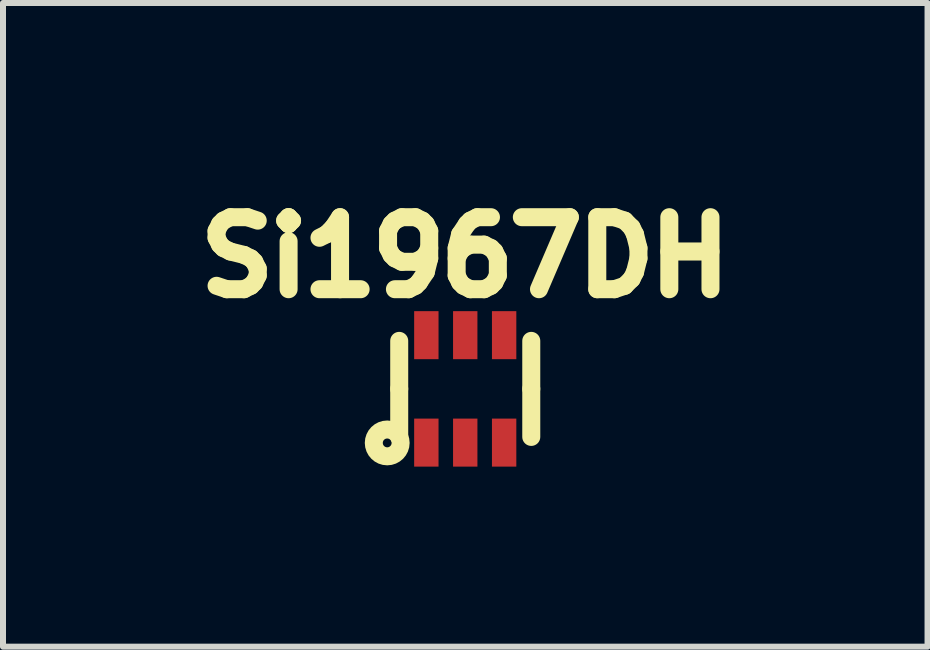
<source format=kicad_pcb>
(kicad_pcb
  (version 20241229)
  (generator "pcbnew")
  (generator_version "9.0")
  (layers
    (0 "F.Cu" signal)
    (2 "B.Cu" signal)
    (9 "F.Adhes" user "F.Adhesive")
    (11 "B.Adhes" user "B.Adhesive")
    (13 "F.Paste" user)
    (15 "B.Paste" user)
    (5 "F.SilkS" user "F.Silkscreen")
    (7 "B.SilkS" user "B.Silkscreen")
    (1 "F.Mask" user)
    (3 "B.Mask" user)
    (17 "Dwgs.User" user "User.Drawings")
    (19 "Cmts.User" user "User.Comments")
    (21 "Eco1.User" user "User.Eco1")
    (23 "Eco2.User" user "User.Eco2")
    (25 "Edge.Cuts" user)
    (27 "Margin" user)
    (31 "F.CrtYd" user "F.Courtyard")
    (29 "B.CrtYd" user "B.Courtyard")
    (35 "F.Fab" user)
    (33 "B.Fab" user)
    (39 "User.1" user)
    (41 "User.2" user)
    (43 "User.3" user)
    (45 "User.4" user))
  (footprint "Si1967DH"
    (layer "F.Cu")
    (at 4.701 3.429)
    (property "Reference" "Si1967DH" (at 0 -2.2 0) (layer "F.SilkS") (effects (font (size 1.2 1.2) (thickness 0.3))))
    (attr through_hole)
    (fp_line (start -1.1 0) (end -1.1 -0.8) (stroke (width 0.3) (type solid)) (layer "F.SilkS"))
    (fp_line (start -1.1 0) (end -1.1 0.8) (stroke (width 0.3) (type solid)) (layer "F.SilkS"))
    (fp_line (start 1.1 0) (end 1.1 -0.8) (stroke (width 0.3) (type solid)) (layer "F.SilkS"))
    (fp_line (start 1.1 0) (end 1.1 0.8) (stroke (width 0.3) (type solid)) (layer "F.SilkS"))
    (fp_circle (center -1.3 0.9) (end -1.1 1) (stroke (width 0.3) (type solid)) (fill no) (layer "F.SilkS"))
    (pad "1" smd rect (at -0.648 0.895) (size 0.406 0.8) (layers "F.Cu" "F.Mask" "F.Paste"))
    (pad "2" smd rect (at 0 0.895) (size 0.406 0.8) (layers "F.Cu" "F.Mask" "F.Paste"))
    (pad "3" smd rect (at 0.648 0.895) (size 0.406 0.8) (layers "F.Cu" "F.Mask" "F.Paste"))
    (pad "4" smd rect (at 0.648 -0.895) (size 0.406 0.8) (layers "F.Cu" "F.Mask" "F.Paste"))
    (pad "5" smd rect (at 0 -0.895) (size 0.406 0.8) (layers "F.Cu" "F.Mask" "F.Paste"))
    (pad "6" smd rect (at -0.648 -0.895) (size 0.406 0.8) (layers "F.Cu" "F.Mask" "F.Paste")))
  (gr_rect
    (start -3 -3)
    (end 12.403 7.724)
    (stroke (width 0.1) (type default))
    (fill no)
    (layer "Edge.Cuts")))
</source>
